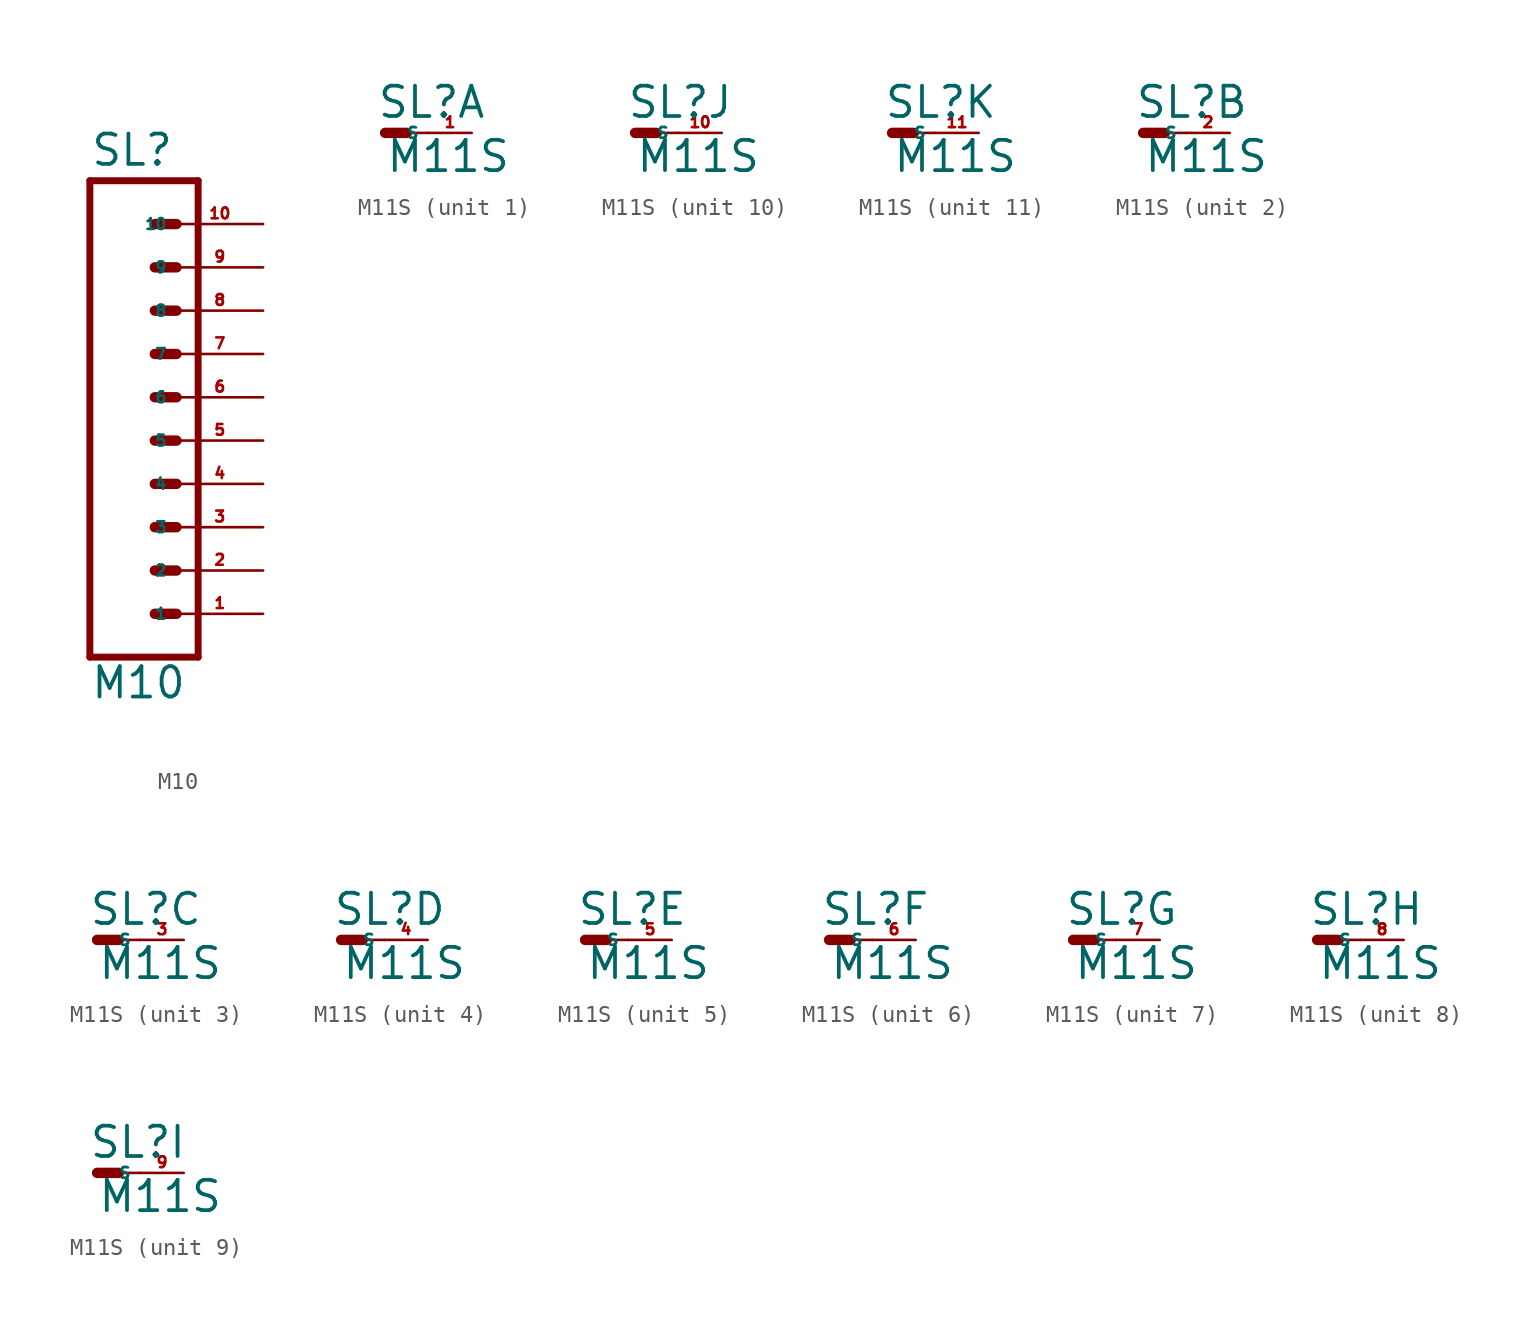
<source format=kicad_sym>
(kicad_symbol_lib
  (version 20220914)
  (generator Eagle2Kicad)
  (symbol "M10"
    (property "Reference" "SL"
      (at -5.08 13.462 0)
      (effects (font (size 1.778 1.778) (thickness 0.22)) (justify left bottom)))
    (property "Value" "M10"
      (at -5.08 -17.78 0)
      (effects (font (size 1.778 1.778) (thickness 0.22)) (justify left bottom)))
    (polyline
      (pts (xy 1.27 -15.24) (xy -5.08 -15.24))
      (stroke (width 0.406) (type default))
      (fill (type none)))
    (polyline
      (pts (xy -1.27 -7.62) (xy 0 -7.62))
      (stroke (width 0.61) (type default))
      (fill (type none)))
    (polyline
      (pts (xy -1.27 -10.16) (xy 0 -10.16))
      (stroke (width 0.61) (type default))
      (fill (type none)))
    (polyline
      (pts (xy -1.27 -12.7) (xy 0 -12.7))
      (stroke (width 0.61) (type default))
      (fill (type none)))
    (polyline
      (pts (xy -5.08 12.7) (xy -5.08 -15.24))
      (stroke (width 0.406) (type default))
      (fill (type none)))
    (polyline
      (pts (xy 1.27 -15.24) (xy 1.27 12.7))
      (stroke (width 0.406) (type default))
      (fill (type none)))
    (polyline
      (pts (xy -5.08 12.7) (xy 1.27 12.7))
      (stroke (width 0.406) (type default))
      (fill (type none)))
    (polyline
      (pts (xy -1.27 -2.54) (xy 0 -2.54))
      (stroke (width 0.61) (type default))
      (fill (type none)))
    (polyline
      (pts (xy -1.27 -5.08) (xy 0 -5.08))
      (stroke (width 0.61) (type default))
      (fill (type none)))
    (polyline
      (pts (xy -1.27 0) (xy 0 0))
      (stroke (width 0.61) (type default))
      (fill (type none)))
    (polyline
      (pts (xy -1.27 2.54) (xy 0 2.54))
      (stroke (width 0.61) (type default))
      (fill (type none)))
    (polyline
      (pts (xy -1.27 5.08) (xy 0 5.08))
      (stroke (width 0.61) (type default))
      (fill (type none)))
    (polyline
      (pts (xy -1.27 7.62) (xy 0 7.62))
      (stroke (width 0.61) (type default))
      (fill (type none)))
    (polyline
      (pts (xy -1.27 10.16) (xy 0 10.16))
      (stroke (width 0.61) (type default))
      (fill (type none)))
    (pin passive line
      (at 5.08 -12.7 180)
      (length 5.08)
      (name "1" (effects (font (size 0.635 0.635) (thickness 0.08)) (justify left bottom)))
      (number "1" (effects (font (size 0.635 0.635) (thickness 0.08)) (justify left bottom))))
    (pin passive line
      (at 5.08 -10.16 180)
      (length 5.08)
      (name "2" (effects (font (size 0.635 0.635) (thickness 0.08)) (justify left bottom)))
      (number "2" (effects (font (size 0.635 0.635) (thickness 0.08)) (justify left bottom))))
    (pin passive line
      (at 5.08 -7.62 180)
      (length 5.08)
      (name "3" (effects (font (size 0.635 0.635) (thickness 0.08)) (justify left bottom)))
      (number "3" (effects (font (size 0.635 0.635) (thickness 0.08)) (justify left bottom))))
    (pin passive line
      (at 5.08 -5.08 180)
      (length 5.08)
      (name "4" (effects (font (size 0.635 0.635) (thickness 0.08)) (justify left bottom)))
      (number "4" (effects (font (size 0.635 0.635) (thickness 0.08)) (justify left bottom))))
    (pin passive line
      (at 5.08 -2.54 180)
      (length 5.08)
      (name "5" (effects (font (size 0.635 0.635) (thickness 0.08)) (justify left bottom)))
      (number "5" (effects (font (size 0.635 0.635) (thickness 0.08)) (justify left bottom))))
    (pin passive line
      (at 5.08 0 180)
      (length 5.08)
      (name "6" (effects (font (size 0.635 0.635) (thickness 0.08)) (justify left bottom)))
      (number "6" (effects (font (size 0.635 0.635) (thickness 0.08)) (justify left bottom))))
    (pin passive line
      (at 5.08 2.54 180)
      (length 5.08)
      (name "7" (effects (font (size 0.635 0.635) (thickness 0.08)) (justify left bottom)))
      (number "7" (effects (font (size 0.635 0.635) (thickness 0.08)) (justify left bottom))))
    (pin passive line
      (at 5.08 5.08 180)
      (length 5.08)
      (name "8" (effects (font (size 0.635 0.635) (thickness 0.08)) (justify left bottom)))
      (number "8" (effects (font (size 0.635 0.635) (thickness 0.08)) (justify left bottom))))
    (pin passive line
      (at 5.08 7.62 180)
      (length 5.08)
      (name "9" (effects (font (size 0.635 0.635) (thickness 0.08)) (justify left bottom)))
      (number "9" (effects (font (size 0.635 0.635) (thickness 0.08)) (justify left bottom))))
    (pin passive line
      (at 5.08 10.16 180)
      (length 5.08)
      (name "10" (effects (font (size 0.635 0.635) (thickness 0.08)) (justify left bottom)))
      (number "10" (effects (font (size 0.635 0.635) (thickness 0.08)) (justify left bottom)))))
  (symbol "M11S"
    (property "Reference" "SL"
      (at -0.508 0.762 0)
      (effects (font (size 1.778 1.778) (thickness 0.22)) (justify left bottom)))
    (property "Value" "M11S"
      (at 0 -2.413 0)
      (effects (font (size 1.778 1.778) (thickness 0.22)) (justify left bottom)))
    (symbol "M11S_1_0"
      (polyline (pts (xy 0 0) (xy 1.27 0)) (stroke (width 0.61) (type default)) (fill (type none)))
      (polyline (pts (xy 1.27 0) (xy 2.54 0)) (stroke (width 0.152) (type default)) (fill (type none)))
      (pin passive line (at 5.08 0 180) (length 2.54) (name "S" (effects (font (size 0.635 0.635) (thickness 0.08)) (justify left bottom))) (number "1" (effects (font (size 0.635 0.635) (thickness 0.08)) (justify left bottom)))))
    (symbol "M11S_2_0"
      (polyline (pts (xy 0 0) (xy 1.27 0)) (stroke (width 0.61) (type default)) (fill (type none)))
      (polyline (pts (xy 1.27 0) (xy 2.54 0)) (stroke (width 0.152) (type default)) (fill (type none)))
      (pin passive line (at 5.08 0 180) (length 2.54) (name "S" (effects (font (size 0.635 0.635) (thickness 0.08)) (justify left bottom))) (number "2" (effects (font (size 0.635 0.635) (thickness 0.08)) (justify left bottom)))))
    (symbol "M11S_3_0"
      (polyline (pts (xy 0 0) (xy 1.27 0)) (stroke (width 0.61) (type default)) (fill (type none)))
      (polyline (pts (xy 1.27 0) (xy 2.54 0)) (stroke (width 0.152) (type default)) (fill (type none)))
      (pin passive line (at 5.08 0 180) (length 2.54) (name "S" (effects (font (size 0.635 0.635) (thickness 0.08)) (justify left bottom))) (number "3" (effects (font (size 0.635 0.635) (thickness 0.08)) (justify left bottom)))))
    (symbol "M11S_4_0"
      (polyline (pts (xy 0 0) (xy 1.27 0)) (stroke (width 0.61) (type default)) (fill (type none)))
      (polyline (pts (xy 1.27 0) (xy 2.54 0)) (stroke (width 0.152) (type default)) (fill (type none)))
      (pin passive line (at 5.08 0 180) (length 2.54) (name "S" (effects (font (size 0.635 0.635) (thickness 0.08)) (justify left bottom))) (number "4" (effects (font (size 0.635 0.635) (thickness 0.08)) (justify left bottom)))))
    (symbol "M11S_5_0"
      (polyline (pts (xy 0 0) (xy 1.27 0)) (stroke (width 0.61) (type default)) (fill (type none)))
      (polyline (pts (xy 1.27 0) (xy 2.54 0)) (stroke (width 0.152) (type default)) (fill (type none)))
      (pin passive line (at 5.08 0 180) (length 2.54) (name "S" (effects (font (size 0.635 0.635) (thickness 0.08)) (justify left bottom))) (number "5" (effects (font (size 0.635 0.635) (thickness 0.08)) (justify left bottom)))))
    (symbol "M11S_6_0"
      (polyline (pts (xy 0 0) (xy 1.27 0)) (stroke (width 0.61) (type default)) (fill (type none)))
      (polyline (pts (xy 1.27 0) (xy 2.54 0)) (stroke (width 0.152) (type default)) (fill (type none)))
      (pin passive line (at 5.08 0 180) (length 2.54) (name "S" (effects (font (size 0.635 0.635) (thickness 0.08)) (justify left bottom))) (number "6" (effects (font (size 0.635 0.635) (thickness 0.08)) (justify left bottom)))))
    (symbol "M11S_7_0"
      (polyline (pts (xy 0 0) (xy 1.27 0)) (stroke (width 0.61) (type default)) (fill (type none)))
      (polyline (pts (xy 1.27 0) (xy 2.54 0)) (stroke (width 0.152) (type default)) (fill (type none)))
      (pin passive line (at 5.08 0 180) (length 2.54) (name "S" (effects (font (size 0.635 0.635) (thickness 0.08)) (justify left bottom))) (number "7" (effects (font (size 0.635 0.635) (thickness 0.08)) (justify left bottom)))))
    (symbol "M11S_8_0"
      (polyline (pts (xy 0 0) (xy 1.27 0)) (stroke (width 0.61) (type default)) (fill (type none)))
      (polyline (pts (xy 1.27 0) (xy 2.54 0)) (stroke (width 0.152) (type default)) (fill (type none)))
      (pin passive line (at 5.08 0 180) (length 2.54) (name "S" (effects (font (size 0.635 0.635) (thickness 0.08)) (justify left bottom))) (number "8" (effects (font (size 0.635 0.635) (thickness 0.08)) (justify left bottom)))))
    (symbol "M11S_9_0"
      (polyline (pts (xy 0 0) (xy 1.27 0)) (stroke (width 0.61) (type default)) (fill (type none)))
      (polyline (pts (xy 1.27 0) (xy 2.54 0)) (stroke (width 0.152) (type default)) (fill (type none)))
      (pin passive line (at 5.08 0 180) (length 2.54) (name "S" (effects (font (size 0.635 0.635) (thickness 0.08)) (justify left bottom))) (number "9" (effects (font (size 0.635 0.635) (thickness 0.08)) (justify left bottom)))))
    (symbol "M11S_10_0"
      (polyline (pts (xy 0 0) (xy 1.27 0)) (stroke (width 0.61) (type default)) (fill (type none)))
      (polyline (pts (xy 1.27 0) (xy 2.54 0)) (stroke (width 0.152) (type default)) (fill (type none)))
      (pin passive line (at 5.08 0 180) (length 2.54) (name "S" (effects (font (size 0.635 0.635) (thickness 0.08)) (justify left bottom))) (number "10" (effects (font (size 0.635 0.635) (thickness 0.08)) (justify left bottom)))))
    (symbol "M11S_11_0"
      (polyline (pts (xy 0 0) (xy 1.27 0)) (stroke (width 0.61) (type default)) (fill (type none)))
      (polyline (pts (xy 1.27 0) (xy 2.54 0)) (stroke (width 0.152) (type default)) (fill (type none)))
      (pin passive line (at 5.08 0 180) (length 2.54) (name "S" (effects (font (size 0.635 0.635) (thickness 0.08)) (justify left bottom))) (number "11" (effects (font (size 0.635 0.635) (thickness 0.08)) (justify left bottom)))))))
</source>
